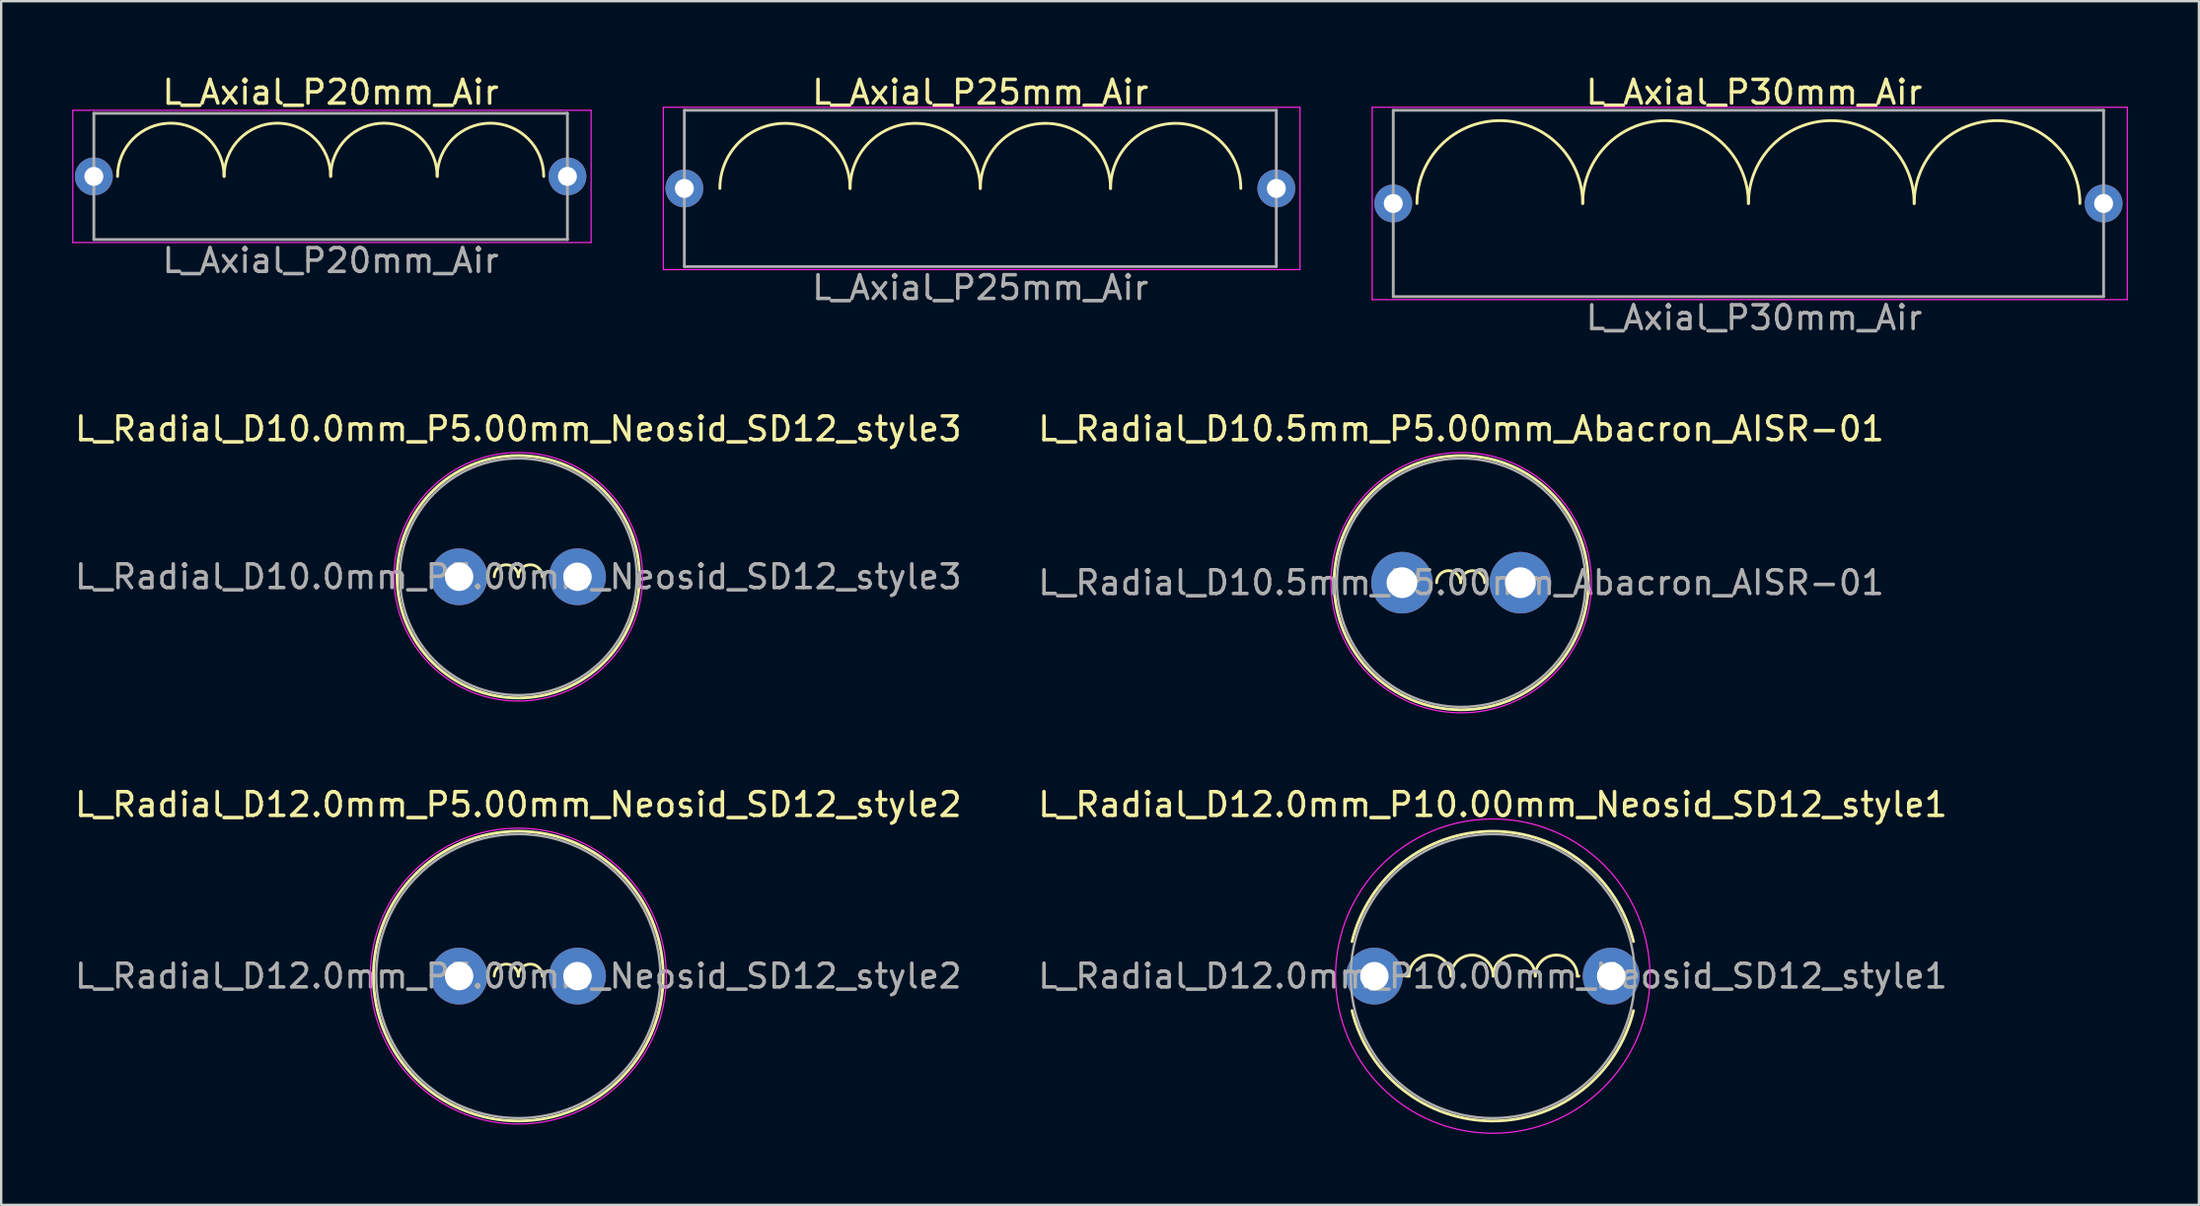
<source format=kicad_pcb>
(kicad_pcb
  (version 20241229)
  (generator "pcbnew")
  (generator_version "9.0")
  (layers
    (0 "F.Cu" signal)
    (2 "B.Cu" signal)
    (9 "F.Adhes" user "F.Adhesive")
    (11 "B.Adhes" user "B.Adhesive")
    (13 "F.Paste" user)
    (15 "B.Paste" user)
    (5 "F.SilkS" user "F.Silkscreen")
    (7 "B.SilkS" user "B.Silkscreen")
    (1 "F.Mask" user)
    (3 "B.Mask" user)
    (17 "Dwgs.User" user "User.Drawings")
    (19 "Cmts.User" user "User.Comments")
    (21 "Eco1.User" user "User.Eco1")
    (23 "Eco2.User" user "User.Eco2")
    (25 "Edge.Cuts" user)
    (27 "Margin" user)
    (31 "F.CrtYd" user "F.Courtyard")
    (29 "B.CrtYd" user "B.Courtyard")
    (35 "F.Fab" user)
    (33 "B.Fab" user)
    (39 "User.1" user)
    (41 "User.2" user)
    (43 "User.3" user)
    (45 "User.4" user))
  (footprint "L_Axial_P20mm_Air"
    (layer "F.Cu")
    (at 0.914 4.404)
    (property "Reference" "L_Axial_P20mm_Air" (at 10 -3.556 0) (layer "F.SilkS") (effects (font (size 1 1) (thickness 0.15))))
    (attr through_hole)
    (fp_arc (start 1 0) (mid 3.25 -2.25) (end 5.5 0) (stroke (width 0.12) (type solid)) (layer "F.SilkS"))
    (fp_arc (start 5.5 0) (mid 7.75 -2.25) (end 10 0) (stroke (width 0.12) (type solid)) (layer "F.SilkS"))
    (fp_arc (start 10 0) (mid 12.25 -2.25) (end 14.5 0) (stroke (width 0.12) (type solid)) (layer "F.SilkS"))
    (fp_arc (start 14.5 0) (mid 16.75 -2.25) (end 19 0) (stroke (width 0.12) (type solid)) (layer "F.SilkS"))
    (fp_line (start -0.889 -2.794) (end -0.889 2.794) (stroke (width 0.05) (type solid)) (layer "F.CrtYd"))
    (fp_line (start -0.889 2.794) (end 21 2.794) (stroke (width 0.05) (type solid)) (layer "F.CrtYd"))
    (fp_line (start 21 -2.794) (end -0.889 -2.794) (stroke (width 0.05) (type solid)) (layer "F.CrtYd"))
    (fp_line (start 21 2.794) (end 21 -2.794) (stroke (width 0.05) (type solid)) (layer "F.CrtYd"))
    (fp_line (start 0 -2.667) (end 20 -2.667) (stroke (width 0.12) (type solid)) (layer "F.Fab"))
    (fp_line (start 0 0) (end 0 -2.667) (stroke (width 0.12) (type solid)) (layer "F.Fab"))
    (fp_line (start 0 2.667) (end 0 0) (stroke (width 0.12) (type solid)) (layer "F.Fab"))
    (fp_line (start 0 2.667) (end 20 2.667) (stroke (width 0.12) (type solid)) (layer "F.Fab"))
    (fp_line (start 20 -2.667) (end 20 0) (stroke (width 0.12) (type solid)) (layer "F.Fab"))
    (fp_line (start 20 2.667) (end 20 0) (stroke (width 0.12) (type solid)) (layer "F.Fab"))
    (fp_text user "${REFERENCE}" (at 10 3.556 0) (layer "F.Fab") (effects (font (size 1 1) (thickness 0.15))))
    (pad "1" thru_hole circle (at 0 0) (size 1.6 1.6) (drill 0.8) (layers "*.Cu" "*.Mask"))
    (pad "2" thru_hole oval (at 20 0) (size 1.6 1.6) (drill 0.8) (layers "*.Cu" "*.Mask")))
  (footprint "L_Radial_D12.0mm_P10.00mm_Neosid_SD12_style1"
    (layer "F.Cu")
    (at 54.994 38.193)
    (property "Reference" "L_Radial_D12.0mm_P10.00mm_Neosid_SD12_style1" (at 5 -7.25 0) (layer "F.SilkS") (effects (font (size 1 1) (thickness 0.15))))
    (attr through_hole)
    (fp_line (start 1.46 0) (end 1.333 0) (stroke (width 0.12) (type solid)) (layer "F.SilkS"))
    (fp_line (start 8.572 0) (end 8.636 0) (stroke (width 0.12) (type solid)) (layer "F.SilkS"))
    (fp_arc (start -0.943299 -1.46) (mid 5 -6.12) (end 10.943299 -1.46) (stroke (width 0.12) (type solid)) (layer "F.SilkS"))
    (fp_arc (start 1.4605 0) (mid 2.3495 -0.889) (end 3.2385 0) (stroke (width 0.12) (type solid)) (layer "F.SilkS"))
    (fp_arc (start 3.2385 0) (mid 4.1275 -0.889) (end 5.0165 0) (stroke (width 0.12) (type solid)) (layer "F.SilkS"))
    (fp_arc (start 5.0165 0) (mid 5.9055 -0.889) (end 6.7945 0) (stroke (width 0.12) (type solid)) (layer "F.SilkS"))
    (fp_arc (start 6.7945 0) (mid 7.6835 -0.889) (end 8.5725 0) (stroke (width 0.12) (type solid)) (layer "F.SilkS"))
    (fp_arc (start 10.943299 1.46) (mid 5 6.12) (end -0.943299 1.46) (stroke (width 0.12) (type solid)) (layer "F.SilkS"))
    (fp_circle (center 5 0) (end 11.64 0) (stroke (width 0.05) (type solid)) (fill no) (layer "F.CrtYd"))
    (fp_circle (center 5 0) (end 11 0) (stroke (width 0.1) (type solid)) (fill no) (layer "F.Fab"))
    (fp_text user "${REFERENCE}" (at 5 0 0) (layer "F.Fab") (effects (font (size 1 1) (thickness 0.15))))
    (pad "1" thru_hole circle (at 0 0) (size 2.4 2.4) (drill 1.2) (layers "*.Cu" "*.Mask"))
    (pad "2" thru_hole circle (at 10 0) (size 2.4 2.4) (drill 1.2) (layers "*.Cu" "*.Mask")))
  (footprint "L_Radial_D12.0mm_P5.00mm_Neosid_SD12_style2"
    (layer "F.Cu")
    (at 16.339 38.193)
    (property "Reference" "L_Radial_D12.0mm_P5.00mm_Neosid_SD12_style2" (at 2.5 -7.25 0) (layer "F.SilkS") (effects (font (size 1 1) (thickness 0.15))))
    (attr through_hole)
    (fp_arc (start 1.484 0) (mid 1.992 -0.508) (end 2.5 0) (stroke (width 0.12) (type solid)) (layer "F.SilkS"))
    (fp_arc (start 2.5 0) (mid 3.008 -0.508) (end 3.516 0) (stroke (width 0.12) (type solid)) (layer "F.SilkS"))
    (fp_circle (center 2.5 0) (end 8.62 0) (stroke (width 0.12) (type solid)) (fill no) (layer "F.SilkS"))
    (fp_circle (center 2.5 0) (end 8.75 0) (stroke (width 0.05) (type solid)) (fill no) (layer "F.CrtYd"))
    (fp_circle (center 2.5 0) (end 8.5 0) (stroke (width 0.1) (type solid)) (fill no) (layer "F.Fab"))
    (fp_text user "${REFERENCE}" (at 2.5 0 0) (layer "F.Fab") (effects (font (size 1 1) (thickness 0.15))))
    (pad "1" thru_hole circle (at 0 0) (size 2.4 2.4) (drill 1.2) (layers "*.Cu" "*.Mask"))
    (pad "2" thru_hole circle (at 5 0) (size 2.4 2.4) (drill 1.2) (layers "*.Cu" "*.Mask")))
  (footprint "L_Radial_D10.0mm_P5.00mm_Neosid_SD12_style3"
    (layer "F.Cu")
    (at 16.339 21.32)
    (property "Reference" "L_Radial_D10.0mm_P5.00mm_Neosid_SD12_style3" (at 2.5 -6.25 0) (layer "F.SilkS") (effects (font (size 1 1) (thickness 0.15))))
    (attr through_hole)
    (fp_arc (start 1.484 0) (mid 1.992 -0.508) (end 2.5 0) (stroke (width 0.12) (type solid)) (layer "F.SilkS"))
    (fp_arc (start 2.5 0) (mid 3.008 -0.508) (end 3.516 0) (stroke (width 0.12) (type solid)) (layer "F.SilkS"))
    (fp_circle (center 2.5 0) (end 7.62 0) (stroke (width 0.12) (type solid)) (fill no) (layer "F.SilkS"))
    (fp_circle (center 2.5 0) (end 7.75 0) (stroke (width 0.05) (type solid)) (fill no) (layer "F.CrtYd"))
    (fp_circle (center 2.5 0) (end 7.5 0) (stroke (width 0.1) (type solid)) (fill no) (layer "F.Fab"))
    (fp_text user "${REFERENCE}" (at 2.5 0 0) (layer "F.Fab") (effects (font (size 1 1) (thickness 0.15))))
    (pad "1" thru_hole circle (at 0 0) (size 2.4 2.4) (drill 1.2) (layers "*.Cu" "*.Mask"))
    (pad "2" thru_hole circle (at 5 0) (size 2.4 2.4) (drill 1.2) (layers "*.Cu" "*.Mask")))
  (footprint "L_Axial_P30mm_Air"
    (layer "F.Cu")
    (at 55.792 5.547)
    (property "Reference" "L_Axial_P30mm_Air" (at 15.24 -4.699 0) (layer "F.SilkS") (effects (font (size 1 1) (thickness 0.15))))
    (attr through_hole)
    (fp_arc (start 1 0) (mid 4.5 -3.5) (end 8 0) (stroke (width 0.12) (type solid)) (layer "F.SilkS"))
    (fp_arc (start 8 0) (mid 11.5 -3.5) (end 15 0) (stroke (width 0.12) (type solid)) (layer "F.SilkS"))
    (fp_arc (start 15 0) (mid 18.5 -3.5) (end 22 0) (stroke (width 0.12) (type solid)) (layer "F.SilkS"))
    (fp_arc (start 22 0) (mid 25.5 -3.5) (end 29 0) (stroke (width 0.12) (type solid)) (layer "F.SilkS"))
    (fp_line (start -0.889 -4.064) (end -0.889 4.064) (stroke (width 0.05) (type solid)) (layer "F.CrtYd"))
    (fp_line (start -0.889 4.064) (end 31 4.064) (stroke (width 0.05) (type solid)) (layer "F.CrtYd"))
    (fp_line (start 31 -4.064) (end -0.889 -4.064) (stroke (width 0.05) (type solid)) (layer "F.CrtYd"))
    (fp_line (start 31 4.064) (end 31 -4.064) (stroke (width 0.05) (type solid)) (layer "F.CrtYd"))
    (fp_line (start 0 -3.937) (end 30 -3.937) (stroke (width 0.12) (type solid)) (layer "F.Fab"))
    (fp_line (start 0 0) (end 0 -3.937) (stroke (width 0.12) (type solid)) (layer "F.Fab"))
    (fp_line (start 0 0) (end 0 3.937) (stroke (width 0.12) (type solid)) (layer "F.Fab"))
    (fp_line (start 0 3.937) (end 30 3.937) (stroke (width 0.12) (type solid)) (layer "F.Fab"))
    (fp_line (start 30 -3.937) (end 30 0) (stroke (width 0.12) (type solid)) (layer "F.Fab"))
    (fp_line (start 30 3.937) (end 30 0) (stroke (width 0.12) (type solid)) (layer "F.Fab"))
    (fp_text user "${REFERENCE}" (at 15.24 4.826 0) (layer "F.Fab") (effects (font (size 1 1) (thickness 0.15))))
    (pad "1" thru_hole circle (at 0 0) (size 1.6 1.6) (drill 0.8) (layers "*.Cu" "*.Mask"))
    (pad "2" thru_hole oval (at 30 0) (size 1.6 1.6) (drill 0.8) (layers "*.Cu" "*.Mask")))
  (footprint "L_Axial_P25mm_Air"
    (layer "F.Cu")
    (at 25.853 4.912)
    (property "Reference" "L_Axial_P25mm_Air" (at 12.5 -4.064 0) (layer "F.SilkS") (effects (font (size 1 1) (thickness 0.15))))
    (attr through_hole)
    (fp_arc (start 1.5 0) (mid 4.25 -2.75) (end 7 0) (stroke (width 0.12) (type solid)) (layer "F.SilkS"))
    (fp_arc (start 7 0) (mid 9.75 -2.75) (end 12.5 0) (stroke (width 0.12) (type solid)) (layer "F.SilkS"))
    (fp_arc (start 12.5 0) (mid 15.25 -2.75) (end 18 0) (stroke (width 0.12) (type solid)) (layer "F.SilkS"))
    (fp_arc (start 18 0) (mid 20.75 -2.75) (end 23.5 0) (stroke (width 0.12) (type solid)) (layer "F.SilkS"))
    (fp_line (start -0.889 -3.429) (end -0.889 3.429) (stroke (width 0.05) (type solid)) (layer "F.CrtYd"))
    (fp_line (start -0.889 3.429) (end 26 3.429) (stroke (width 0.05) (type solid)) (layer "F.CrtYd"))
    (fp_line (start 26 -3.429) (end -0.889 -3.429) (stroke (width 0.05) (type solid)) (layer "F.CrtYd"))
    (fp_line (start 26 3.429) (end 26 -3.429) (stroke (width 0.05) (type solid)) (layer "F.CrtYd"))
    (fp_line (start 0 -3.302) (end 25 -3.302) (stroke (width 0.12) (type solid)) (layer "F.Fab"))
    (fp_line (start 0 0) (end 0 -3.302) (stroke (width 0.12) (type solid)) (layer "F.Fab"))
    (fp_line (start 0 3.302) (end 0 0) (stroke (width 0.12) (type solid)) (layer "F.Fab"))
    (fp_line (start 0 3.302) (end 25 3.302) (stroke (width 0.12) (type solid)) (layer "F.Fab"))
    (fp_line (start 25 -3.302) (end 25 0) (stroke (width 0.12) (type solid)) (layer "F.Fab"))
    (fp_line (start 25 3.302) (end 25 0) (stroke (width 0.12) (type solid)) (layer "F.Fab"))
    (fp_text user "${REFERENCE}" (at 12.5 4.191 0) (layer "F.Fab") (effects (font (size 1 1) (thickness 0.15))))
    (pad "1" thru_hole circle (at 0 0) (size 1.6 1.6) (drill 0.8) (layers "*.Cu" "*.Mask"))
    (pad "2" thru_hole oval (at 25 0) (size 1.6 1.6) (drill 0.8) (layers "*.Cu" "*.Mask")))
  (footprint "L_Radial_D10.5mm_P5.00mm_Abacron_AISR-01"
    (layer "F.Cu")
    (at 56.161 21.57)
    (property "Reference" "L_Radial_D10.5mm_P5.00mm_Abacron_AISR-01" (at 2.5 -6.5 0) (layer "F.SilkS") (effects (font (size 1 1) (thickness 0.15))))
    (attr through_hole)
    (fp_arc (start 1.4605 0) (mid 1.9685 -0.508) (end 2.4765 0) (stroke (width 0.12) (type solid)) (layer "F.SilkS"))
    (fp_arc (start 2.4765 0) (mid 2.9845 -0.508) (end 3.4925 0) (stroke (width 0.12) (type solid)) (layer "F.SilkS"))
    (fp_circle (center 2.5 0) (end 7.87 0) (stroke (width 0.12) (type solid)) (fill no) (layer "F.SilkS"))
    (fp_circle (center 2.5 0) (end 8 0) (stroke (width 0.05) (type solid)) (fill no) (layer "F.CrtYd"))
    (fp_circle (center 2.5 0) (end 7.75 0) (stroke (width 0.1) (type solid)) (fill no) (layer "F.Fab"))
    (fp_text user "${REFERENCE}" (at 2.5 0 0) (layer "F.Fab") (effects (font (size 1 1) (thickness 0.15))))
    (pad "1" thru_hole circle (at 0 0) (size 2.6 2.6) (drill 1.3) (layers "*.Cu" "*.Mask"))
    (pad "2" thru_hole circle (at 5 0) (size 2.6 2.6) (drill 1.3) (layers "*.Cu" "*.Mask")))
  (gr_rect
    (start -3 -3)
    (end 89.817 47.858)
    (stroke (width 0.1) (type default))
    (fill no)
    (layer "Edge.Cuts")))
</source>
